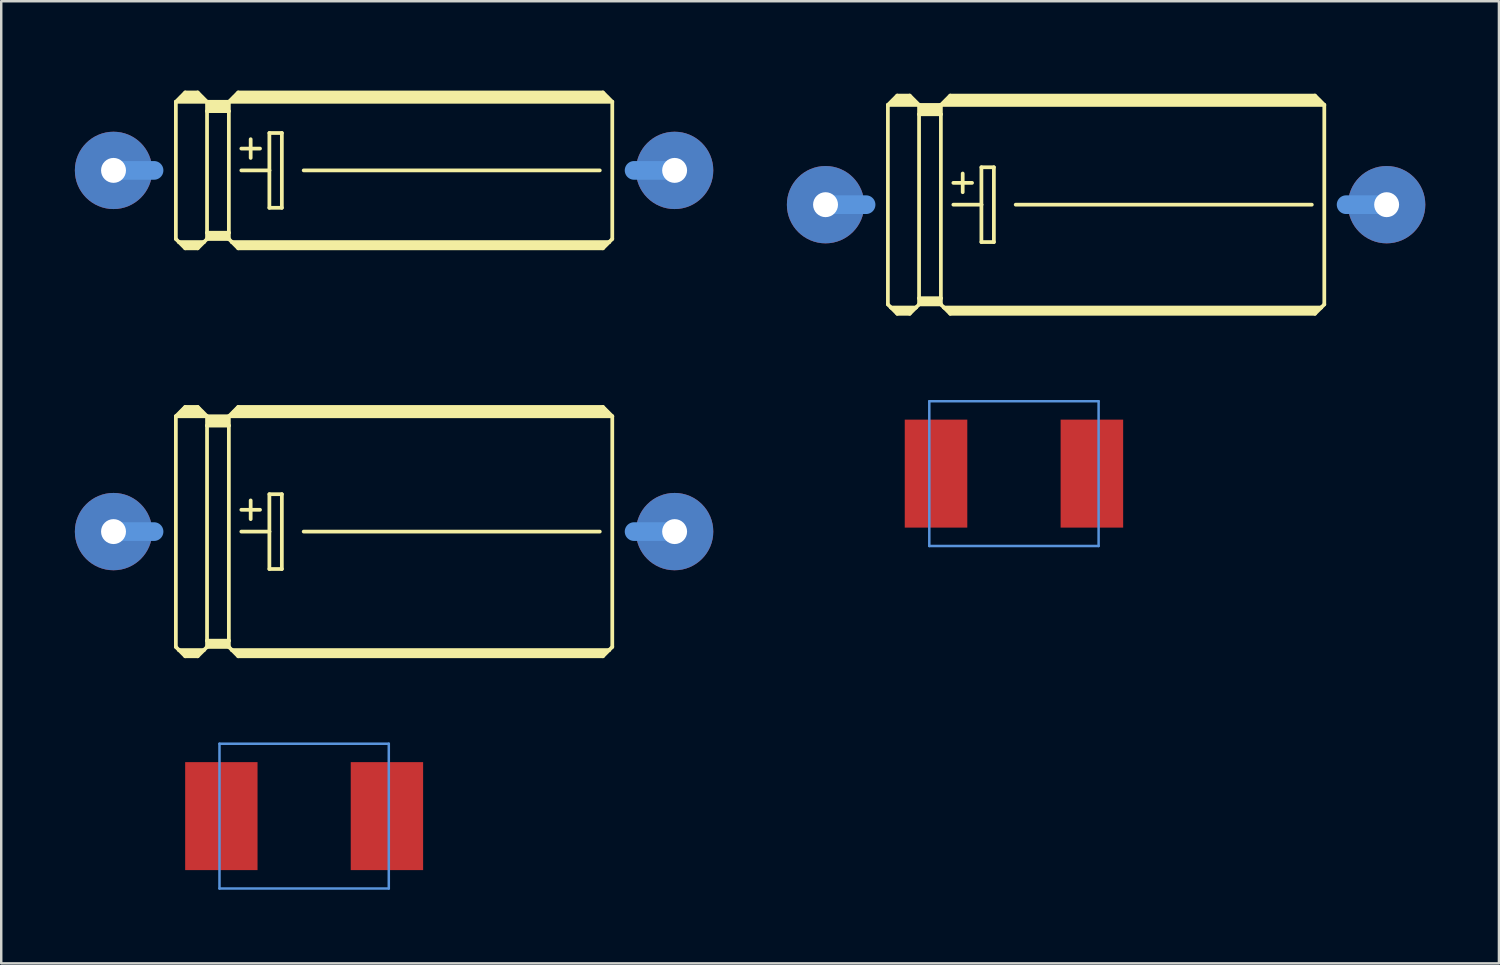
<source format=kicad_pcb>
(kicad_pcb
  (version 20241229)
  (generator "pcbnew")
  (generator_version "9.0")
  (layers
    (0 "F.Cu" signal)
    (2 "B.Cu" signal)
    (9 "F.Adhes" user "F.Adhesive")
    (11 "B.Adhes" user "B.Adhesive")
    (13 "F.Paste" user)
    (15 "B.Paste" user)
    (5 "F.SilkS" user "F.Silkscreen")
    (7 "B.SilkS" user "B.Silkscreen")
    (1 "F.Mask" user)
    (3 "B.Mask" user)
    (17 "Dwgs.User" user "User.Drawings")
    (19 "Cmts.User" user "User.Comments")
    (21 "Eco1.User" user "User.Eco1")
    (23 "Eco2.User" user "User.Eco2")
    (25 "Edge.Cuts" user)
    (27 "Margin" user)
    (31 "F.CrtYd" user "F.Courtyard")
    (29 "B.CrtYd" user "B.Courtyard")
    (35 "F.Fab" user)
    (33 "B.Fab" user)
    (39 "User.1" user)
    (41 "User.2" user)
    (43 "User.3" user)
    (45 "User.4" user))
  (footprint "E22-6"
    (layer "F.Cu")
    (at 13.005 3.892)
    (property "Reference" "E22-6" (at -4.953 -2.54 0) (layer "Eco1.User") (effects (font (size 1.778 1.778) (thickness 0.178))))
    (attr through_hole)
    (fp_line (start -8.89 -2.794) (end -8.89 2.794) (stroke (width 0.152) (type solid)) (layer "F.SilkS"))
    (fp_line (start -8.89 -2.794) (end -8.509 -3.175) (stroke (width 0.152) (type solid)) (layer "F.SilkS"))
    (fp_line (start -8.89 -2.794) (end -7.62 -2.794) (stroke (width 0.152) (type solid)) (layer "F.SilkS"))
    (fp_line (start -8.89 2.794) (end -8.763 2.921) (stroke (width 0.152) (type solid)) (layer "F.SilkS"))
    (fp_line (start -8.763 2.921) (end -8.509 3.175) (stroke (width 0.152) (type solid)) (layer "F.SilkS"))
    (fp_line (start -8.763 2.921) (end -7.747 2.921) (stroke (width 0.152) (type solid)) (layer "F.SilkS"))
    (fp_line (start -8.636 -2.921) (end -7.874 -2.921) (stroke (width 0.305) (type solid)) (layer "F.SilkS"))
    (fp_line (start -8.509 -3.175) (end -8.001 -3.175) (stroke (width 0.152) (type solid)) (layer "F.SilkS"))
    (fp_line (start -8.509 -3.048) (end -8.001 -3.048) (stroke (width 0.305) (type solid)) (layer "F.SilkS"))
    (fp_line (start -8.509 3.048) (end -8.001 3.048) (stroke (width 0.254) (type solid)) (layer "F.SilkS"))
    (fp_line (start -8.509 3.175) (end -8.001 3.175) (stroke (width 0.152) (type solid)) (layer "F.SilkS"))
    (fp_line (start -7.747 2.921) (end -8.001 3.175) (stroke (width 0.152) (type solid)) (layer "F.SilkS"))
    (fp_line (start -7.62 -2.794) (end -8.001 -3.175) (stroke (width 0.152) (type solid)) (layer "F.SilkS"))
    (fp_line (start -7.62 -2.794) (end -7.62 -2.413) (stroke (width 0.152) (type solid)) (layer "F.SilkS"))
    (fp_line (start -7.62 -2.794) (end -6.731 -2.794) (stroke (width 0.152) (type solid)) (layer "F.SilkS"))
    (fp_line (start -7.62 -2.413) (end -6.731 -2.413) (stroke (width 0.152) (type solid)) (layer "F.SilkS"))
    (fp_line (start -7.62 2.54) (end -7.62 -2.413) (stroke (width 0.152) (type solid)) (layer "F.SilkS"))
    (fp_line (start -7.62 2.54) (end -6.731 2.54) (stroke (width 0.152) (type solid)) (layer "F.SilkS"))
    (fp_line (start -7.62 2.794) (end -7.747 2.921) (stroke (width 0.152) (type solid)) (layer "F.SilkS"))
    (fp_line (start -7.62 2.794) (end -7.62 2.54) (stroke (width 0.152) (type solid)) (layer "F.SilkS"))
    (fp_line (start -7.62 2.794) (end -6.731 2.794) (stroke (width 0.152) (type solid)) (layer "F.SilkS"))
    (fp_line (start -7.493 -2.667) (end -6.858 -2.667) (stroke (width 0.305) (type solid)) (layer "F.SilkS"))
    (fp_line (start -7.493 -2.54) (end -6.858 -2.54) (stroke (width 0.305) (type solid)) (layer "F.SilkS"))
    (fp_line (start -7.493 2.667) (end -6.858 2.667) (stroke (width 0.254) (type solid)) (layer "F.SilkS"))
    (fp_line (start -6.731 -2.794) (end -6.731 -2.413) (stroke (width 0.152) (type solid)) (layer "F.SilkS"))
    (fp_line (start -6.731 -2.794) (end 8.89 -2.794) (stroke (width 0.152) (type solid)) (layer "F.SilkS"))
    (fp_line (start -6.731 -2.413) (end -6.731 2.54) (stroke (width 0.152) (type solid)) (layer "F.SilkS"))
    (fp_line (start -6.731 2.54) (end -6.731 2.794) (stroke (width 0.152) (type solid)) (layer "F.SilkS"))
    (fp_line (start -6.604 2.921) (end -6.731 2.794) (stroke (width 0.152) (type solid)) (layer "F.SilkS"))
    (fp_line (start -6.604 2.921) (end 8.763 2.921) (stroke (width 0.152) (type solid)) (layer "F.SilkS"))
    (fp_line (start -6.477 -2.921) (end 8.636 -2.921) (stroke (width 0.305) (type solid)) (layer "F.SilkS"))
    (fp_line (start -6.35 -3.175) (end -6.731 -2.794) (stroke (width 0.152) (type solid)) (layer "F.SilkS"))
    (fp_line (start -6.35 -3.175) (end 8.509 -3.175) (stroke (width 0.152) (type solid)) (layer "F.SilkS"))
    (fp_line (start -6.35 -3.048) (end 8.509 -3.048) (stroke (width 0.305) (type solid)) (layer "F.SilkS"))
    (fp_line (start -6.35 3.048) (end 8.509 3.048) (stroke (width 0.254) (type solid)) (layer "F.SilkS"))
    (fp_line (start -6.35 3.175) (end -6.604 2.921) (stroke (width 0.152) (type solid)) (layer "F.SilkS"))
    (fp_line (start -6.35 3.175) (end 8.509 3.175) (stroke (width 0.152) (type solid)) (layer "F.SilkS"))
    (fp_line (start -6.223 -0.889) (end -5.461 -0.889) (stroke (width 0.152) (type solid)) (layer "F.SilkS"))
    (fp_line (start -6.223 0) (end -5.08 0) (stroke (width 0.152) (type solid)) (layer "F.SilkS"))
    (fp_line (start -5.842 -1.27) (end -5.842 -0.508) (stroke (width 0.152) (type solid)) (layer "F.SilkS"))
    (fp_line (start -5.08 -1.524) (end -5.08 0) (stroke (width 0.152) (type solid)) (layer "F.SilkS"))
    (fp_line (start -5.08 0) (end -5.08 1.524) (stroke (width 0.152) (type solid)) (layer "F.SilkS"))
    (fp_line (start -5.08 1.524) (end -4.572 1.524) (stroke (width 0.152) (type solid)) (layer "F.SilkS"))
    (fp_line (start -4.572 -1.524) (end -5.08 -1.524) (stroke (width 0.152) (type solid)) (layer "F.SilkS"))
    (fp_line (start -4.572 1.524) (end -4.572 -1.524) (stroke (width 0.152) (type solid)) (layer "F.SilkS"))
    (fp_line (start -3.683 0) (end 8.382 0) (stroke (width 0.152) (type solid)) (layer "F.SilkS"))
    (fp_line (start 8.509 -3.175) (end 8.89 -2.794) (stroke (width 0.152) (type solid)) (layer "F.SilkS"))
    (fp_line (start 8.509 3.175) (end 8.763 2.921) (stroke (width 0.152) (type solid)) (layer "F.SilkS"))
    (fp_line (start 8.763 2.921) (end 8.89 2.794) (stroke (width 0.152) (type solid)) (layer "F.SilkS"))
    (fp_line (start 8.89 -2.794) (end 8.89 2.794) (stroke (width 0.152) (type solid)) (layer "F.SilkS"))
    (fp_line (start -11.43 0) (end -9.779 0) (stroke (width 0.762) (type solid)) (layer "Cmts.User"))
    (fp_line (start 11.43 0) (end 9.779 0) (stroke (width 0.762) (type solid)) (layer "Cmts.User"))
    (pad "+" thru_hole oval (at -11.43 0) (size 3.15 3.15) (drill 1.016) (layers "*.Cu" "*.Mask"))
    (pad "-" thru_hole oval (at 11.43 0) (size 3.15 3.15) (drill 1.016) (layers "*.Cu" "*.Mask")))
  (footprint "E%2f7260-38R"
    (layer "F.Cu")
    (at 38.26 16.246)
    (property "Reference" "E%2f7260-38R" (at -1.908 -2.515 0) (layer "Eco1.User") (effects (font (size 1.27 1.27) (thickness 0.102))))
    (attr through_hole)
    (fp_line (start -3.449 -2.949) (end 3.449 -2.949) (stroke (width 0.102) (type solid)) (layer "Cmts.User"))
    (fp_line (start -3.449 2.949) (end -3.449 -2.949) (stroke (width 0.102) (type solid)) (layer "Cmts.User"))
    (fp_line (start 3.449 -2.949) (end 3.449 2.949) (stroke (width 0.102) (type solid)) (layer "Cmts.User"))
    (fp_line (start 3.449 2.949) (end -3.449 2.949) (stroke (width 0.102) (type solid)) (layer "Cmts.User"))
    (pad "+" smd rect (at 3.175 0) (size 2.548 4.399) (layers "F.Cu" "F.Mask" "F.Paste"))
    (pad "-" smd rect (at -3.175 0) (size 2.548 4.399) (layers "F.Cu" "F.Mask" "F.Paste")))
  (footprint "E%2f7260-38W"
    (layer "F.Cu")
    (at 9.341 30.2)
    (property "Reference" "E%2f7260-38W" (at -1.908 -2.515 0) (layer "Eco1.User") (effects (font (size 1.27 1.27) (thickness 0.102))))
    (attr through_hole)
    (fp_line (start -3.449 -2.949) (end 3.449 -2.949) (stroke (width 0.102) (type solid)) (layer "Cmts.User"))
    (fp_line (start -3.449 2.949) (end -3.449 -2.949) (stroke (width 0.102) (type solid)) (layer "Cmts.User"))
    (fp_line (start 3.449 -2.949) (end 3.449 2.949) (stroke (width 0.102) (type solid)) (layer "Cmts.User"))
    (fp_line (start 3.449 2.949) (end -3.449 2.949) (stroke (width 0.102) (type solid)) (layer "Cmts.User"))
    (pad "+" smd rect (at 3.373 0) (size 2.949 4.399) (layers "F.Cu" "F.Mask" "F.Paste"))
    (pad "-" smd rect (at -3.373 0) (size 2.949 4.399) (layers "F.Cu" "F.Mask" "F.Paste")))
  (footprint "E22-9"
    (layer "F.Cu")
    (at 42.014 5.289)
    (property "Reference" "E22-9" (at -4.953 -3.937 0) (layer "Eco1.User") (effects (font (size 1.778 1.778) (thickness 0.178))))
    (attr through_hole)
    (fp_line (start -8.89 -4.064) (end -8.89 4.064) (stroke (width 0.152) (type solid)) (layer "F.SilkS"))
    (fp_line (start -8.89 -4.064) (end -8.509 -4.445) (stroke (width 0.152) (type solid)) (layer "F.SilkS"))
    (fp_line (start -8.89 -4.064) (end -7.62 -4.064) (stroke (width 0.152) (type solid)) (layer "F.SilkS"))
    (fp_line (start -8.89 4.064) (end -8.763 4.191) (stroke (width 0.152) (type solid)) (layer "F.SilkS"))
    (fp_line (start -8.763 4.191) (end -8.509 4.445) (stroke (width 0.152) (type solid)) (layer "F.SilkS"))
    (fp_line (start -8.763 4.191) (end -7.747 4.191) (stroke (width 0.152) (type solid)) (layer "F.SilkS"))
    (fp_line (start -8.636 -4.191) (end -7.874 -4.191) (stroke (width 0.305) (type solid)) (layer "F.SilkS"))
    (fp_line (start -8.509 -4.445) (end -8.001 -4.445) (stroke (width 0.152) (type solid)) (layer "F.SilkS"))
    (fp_line (start -8.509 -4.318) (end -8.001 -4.318) (stroke (width 0.305) (type solid)) (layer "F.SilkS"))
    (fp_line (start -8.509 4.318) (end -8.001 4.318) (stroke (width 0.254) (type solid)) (layer "F.SilkS"))
    (fp_line (start -8.509 4.445) (end -8.001 4.445) (stroke (width 0.152) (type solid)) (layer "F.SilkS"))
    (fp_line (start -7.747 4.191) (end -8.001 4.445) (stroke (width 0.152) (type solid)) (layer "F.SilkS"))
    (fp_line (start -7.62 -4.064) (end -8.001 -4.445) (stroke (width 0.152) (type solid)) (layer "F.SilkS"))
    (fp_line (start -7.62 -4.064) (end -7.62 -3.683) (stroke (width 0.152) (type solid)) (layer "F.SilkS"))
    (fp_line (start -7.62 -4.064) (end -6.731 -4.064) (stroke (width 0.152) (type solid)) (layer "F.SilkS"))
    (fp_line (start -7.62 -3.683) (end -6.731 -3.683) (stroke (width 0.152) (type solid)) (layer "F.SilkS"))
    (fp_line (start -7.62 3.81) (end -7.62 -3.683) (stroke (width 0.152) (type solid)) (layer "F.SilkS"))
    (fp_line (start -7.62 3.81) (end -6.731 3.81) (stroke (width 0.152) (type solid)) (layer "F.SilkS"))
    (fp_line (start -7.62 4.064) (end -7.747 4.191) (stroke (width 0.152) (type solid)) (layer "F.SilkS"))
    (fp_line (start -7.62 4.064) (end -7.62 3.81) (stroke (width 0.152) (type solid)) (layer "F.SilkS"))
    (fp_line (start -7.62 4.064) (end -6.731 4.064) (stroke (width 0.152) (type solid)) (layer "F.SilkS"))
    (fp_line (start -7.493 -3.937) (end -6.858 -3.937) (stroke (width 0.305) (type solid)) (layer "F.SilkS"))
    (fp_line (start -7.493 -3.81) (end -6.858 -3.81) (stroke (width 0.305) (type solid)) (layer "F.SilkS"))
    (fp_line (start -7.493 3.937) (end -6.858 3.937) (stroke (width 0.254) (type solid)) (layer "F.SilkS"))
    (fp_line (start -6.731 -4.064) (end -6.731 -3.683) (stroke (width 0.152) (type solid)) (layer "F.SilkS"))
    (fp_line (start -6.731 -4.064) (end 8.89 -4.064) (stroke (width 0.152) (type solid)) (layer "F.SilkS"))
    (fp_line (start -6.731 -3.683) (end -6.731 3.81) (stroke (width 0.152) (type solid)) (layer "F.SilkS"))
    (fp_line (start -6.731 3.81) (end -6.731 4.064) (stroke (width 0.152) (type solid)) (layer "F.SilkS"))
    (fp_line (start -6.604 4.191) (end -6.731 4.064) (stroke (width 0.152) (type solid)) (layer "F.SilkS"))
    (fp_line (start -6.604 4.191) (end 8.763 4.191) (stroke (width 0.152) (type solid)) (layer "F.SilkS"))
    (fp_line (start -6.477 -4.191) (end 8.636 -4.191) (stroke (width 0.305) (type solid)) (layer "F.SilkS"))
    (fp_line (start -6.35 -4.445) (end -6.731 -4.064) (stroke (width 0.152) (type solid)) (layer "F.SilkS"))
    (fp_line (start -6.35 -4.445) (end 8.509 -4.445) (stroke (width 0.152) (type solid)) (layer "F.SilkS"))
    (fp_line (start -6.35 -4.318) (end 8.509 -4.318) (stroke (width 0.305) (type solid)) (layer "F.SilkS"))
    (fp_line (start -6.35 4.318) (end 8.509 4.318) (stroke (width 0.254) (type solid)) (layer "F.SilkS"))
    (fp_line (start -6.35 4.445) (end -6.604 4.191) (stroke (width 0.152) (type solid)) (layer "F.SilkS"))
    (fp_line (start -6.35 4.445) (end 8.509 4.445) (stroke (width 0.152) (type solid)) (layer "F.SilkS"))
    (fp_line (start -6.223 -0.889) (end -5.461 -0.889) (stroke (width 0.152) (type solid)) (layer "F.SilkS"))
    (fp_line (start -6.223 0) (end -5.08 0) (stroke (width 0.152) (type solid)) (layer "F.SilkS"))
    (fp_line (start -5.842 -1.27) (end -5.842 -0.508) (stroke (width 0.152) (type solid)) (layer "F.SilkS"))
    (fp_line (start -5.08 -1.524) (end -5.08 0) (stroke (width 0.152) (type solid)) (layer "F.SilkS"))
    (fp_line (start -5.08 0) (end -5.08 1.524) (stroke (width 0.152) (type solid)) (layer "F.SilkS"))
    (fp_line (start -5.08 1.524) (end -4.572 1.524) (stroke (width 0.152) (type solid)) (layer "F.SilkS"))
    (fp_line (start -4.572 -1.524) (end -5.08 -1.524) (stroke (width 0.152) (type solid)) (layer "F.SilkS"))
    (fp_line (start -4.572 1.524) (end -4.572 -1.524) (stroke (width 0.152) (type solid)) (layer "F.SilkS"))
    (fp_line (start -3.683 0) (end 8.382 0) (stroke (width 0.152) (type solid)) (layer "F.SilkS"))
    (fp_line (start 8.509 -4.445) (end 8.89 -4.064) (stroke (width 0.152) (type solid)) (layer "F.SilkS"))
    (fp_line (start 8.509 4.445) (end 8.763 4.191) (stroke (width 0.152) (type solid)) (layer "F.SilkS"))
    (fp_line (start 8.763 4.191) (end 8.89 4.064) (stroke (width 0.152) (type solid)) (layer "F.SilkS"))
    (fp_line (start 8.89 -4.064) (end 8.89 4.064) (stroke (width 0.152) (type solid)) (layer "F.SilkS"))
    (fp_line (start -11.43 0) (end -9.779 0) (stroke (width 0.762) (type solid)) (layer "Cmts.User"))
    (fp_line (start 11.43 0) (end 9.779 0) (stroke (width 0.762) (type solid)) (layer "Cmts.User"))
    (pad "+" thru_hole oval (at -11.43 0) (size 3.15 3.15) (drill 1.016) (layers "*.Cu" "*.Mask"))
    (pad "-" thru_hole oval (at 11.43 0) (size 3.15 3.15) (drill 1.016) (layers "*.Cu" "*.Mask")))
  (footprint "E22-10"
    (layer "F.Cu")
    (at 13.005 18.608)
    (property "Reference" "E22-10" (at -4.953 -4.445 0) (layer "Eco1.User") (effects (font (size 1.778 1.778) (thickness 0.178))))
    (attr through_hole)
    (fp_line (start -8.89 -4.699) (end -8.89 4.699) (stroke (width 0.152) (type solid)) (layer "F.SilkS"))
    (fp_line (start -8.89 -4.699) (end -8.509 -5.08) (stroke (width 0.152) (type solid)) (layer "F.SilkS"))
    (fp_line (start -8.89 -4.699) (end -7.62 -4.699) (stroke (width 0.152) (type solid)) (layer "F.SilkS"))
    (fp_line (start -8.89 4.699) (end -8.763 4.826) (stroke (width 0.152) (type solid)) (layer "F.SilkS"))
    (fp_line (start -8.763 4.826) (end -8.509 5.08) (stroke (width 0.152) (type solid)) (layer "F.SilkS"))
    (fp_line (start -8.763 4.826) (end -7.747 4.826) (stroke (width 0.152) (type solid)) (layer "F.SilkS"))
    (fp_line (start -8.636 -4.826) (end -7.874 -4.826) (stroke (width 0.305) (type solid)) (layer "F.SilkS"))
    (fp_line (start -8.509 -5.08) (end -8.001 -5.08) (stroke (width 0.152) (type solid)) (layer "F.SilkS"))
    (fp_line (start -8.509 -4.953) (end -8.001 -4.953) (stroke (width 0.305) (type solid)) (layer "F.SilkS"))
    (fp_line (start -8.509 4.953) (end -8.001 4.953) (stroke (width 0.254) (type solid)) (layer "F.SilkS"))
    (fp_line (start -8.509 5.08) (end -8.001 5.08) (stroke (width 0.152) (type solid)) (layer "F.SilkS"))
    (fp_line (start -7.747 4.826) (end -8.001 5.08) (stroke (width 0.152) (type solid)) (layer "F.SilkS"))
    (fp_line (start -7.62 -4.699) (end -8.001 -5.08) (stroke (width 0.152) (type solid)) (layer "F.SilkS"))
    (fp_line (start -7.62 -4.699) (end -7.62 -4.318) (stroke (width 0.152) (type solid)) (layer "F.SilkS"))
    (fp_line (start -7.62 -4.699) (end -6.731 -4.699) (stroke (width 0.152) (type solid)) (layer "F.SilkS"))
    (fp_line (start -7.62 -4.318) (end -6.731 -4.318) (stroke (width 0.152) (type solid)) (layer "F.SilkS"))
    (fp_line (start -7.62 4.445) (end -7.62 -4.318) (stroke (width 0.152) (type solid)) (layer "F.SilkS"))
    (fp_line (start -7.62 4.445) (end -6.731 4.445) (stroke (width 0.152) (type solid)) (layer "F.SilkS"))
    (fp_line (start -7.62 4.699) (end -7.747 4.826) (stroke (width 0.152) (type solid)) (layer "F.SilkS"))
    (fp_line (start -7.62 4.699) (end -7.62 4.445) (stroke (width 0.152) (type solid)) (layer "F.SilkS"))
    (fp_line (start -7.62 4.699) (end -6.731 4.699) (stroke (width 0.152) (type solid)) (layer "F.SilkS"))
    (fp_line (start -7.493 -4.572) (end -6.858 -4.572) (stroke (width 0.305) (type solid)) (layer "F.SilkS"))
    (fp_line (start -7.493 -4.445) (end -6.858 -4.445) (stroke (width 0.305) (type solid)) (layer "F.SilkS"))
    (fp_line (start -7.493 4.572) (end -6.858 4.572) (stroke (width 0.254) (type solid)) (layer "F.SilkS"))
    (fp_line (start -6.731 -4.699) (end -6.731 -4.318) (stroke (width 0.152) (type solid)) (layer "F.SilkS"))
    (fp_line (start -6.731 -4.699) (end 8.89 -4.699) (stroke (width 0.152) (type solid)) (layer "F.SilkS"))
    (fp_line (start -6.731 -4.318) (end -6.731 4.445) (stroke (width 0.152) (type solid)) (layer "F.SilkS"))
    (fp_line (start -6.731 4.445) (end -6.731 4.699) (stroke (width 0.152) (type solid)) (layer "F.SilkS"))
    (fp_line (start -6.604 4.826) (end -6.731 4.699) (stroke (width 0.152) (type solid)) (layer "F.SilkS"))
    (fp_line (start -6.604 4.826) (end 8.763 4.826) (stroke (width 0.152) (type solid)) (layer "F.SilkS"))
    (fp_line (start -6.477 -4.826) (end 8.636 -4.826) (stroke (width 0.305) (type solid)) (layer "F.SilkS"))
    (fp_line (start -6.35 -5.08) (end -6.731 -4.699) (stroke (width 0.152) (type solid)) (layer "F.SilkS"))
    (fp_line (start -6.35 -5.08) (end 8.509 -5.08) (stroke (width 0.152) (type solid)) (layer "F.SilkS"))
    (fp_line (start -6.35 -4.953) (end 8.509 -4.953) (stroke (width 0.305) (type solid)) (layer "F.SilkS"))
    (fp_line (start -6.35 4.953) (end 8.509 4.953) (stroke (width 0.254) (type solid)) (layer "F.SilkS"))
    (fp_line (start -6.35 5.08) (end -6.604 4.826) (stroke (width 0.152) (type solid)) (layer "F.SilkS"))
    (fp_line (start -6.35 5.08) (end 8.509 5.08) (stroke (width 0.152) (type solid)) (layer "F.SilkS"))
    (fp_line (start -6.223 -0.889) (end -5.461 -0.889) (stroke (width 0.152) (type solid)) (layer "F.SilkS"))
    (fp_line (start -6.223 0) (end -5.08 0) (stroke (width 0.152) (type solid)) (layer "F.SilkS"))
    (fp_line (start -5.842 -1.27) (end -5.842 -0.508) (stroke (width 0.152) (type solid)) (layer "F.SilkS"))
    (fp_line (start -5.08 -1.524) (end -5.08 0) (stroke (width 0.152) (type solid)) (layer "F.SilkS"))
    (fp_line (start -5.08 0) (end -5.08 1.524) (stroke (width 0.152) (type solid)) (layer "F.SilkS"))
    (fp_line (start -5.08 1.524) (end -4.572 1.524) (stroke (width 0.152) (type solid)) (layer "F.SilkS"))
    (fp_line (start -4.572 -1.524) (end -5.08 -1.524) (stroke (width 0.152) (type solid)) (layer "F.SilkS"))
    (fp_line (start -4.572 1.524) (end -4.572 -1.524) (stroke (width 0.152) (type solid)) (layer "F.SilkS"))
    (fp_line (start -3.683 0) (end 8.382 0) (stroke (width 0.152) (type solid)) (layer "F.SilkS"))
    (fp_line (start 8.509 -5.08) (end 8.89 -4.699) (stroke (width 0.152) (type solid)) (layer "F.SilkS"))
    (fp_line (start 8.509 5.08) (end 8.763 4.826) (stroke (width 0.152) (type solid)) (layer "F.SilkS"))
    (fp_line (start 8.763 4.826) (end 8.89 4.699) (stroke (width 0.152) (type solid)) (layer "F.SilkS"))
    (fp_line (start 8.89 -4.699) (end 8.89 4.699) (stroke (width 0.152) (type solid)) (layer "F.SilkS"))
    (fp_line (start -11.43 0) (end -9.779 0) (stroke (width 0.762) (type solid)) (layer "Cmts.User"))
    (fp_line (start 11.43 0) (end 9.779 0) (stroke (width 0.762) (type solid)) (layer "Cmts.User"))
    (pad "+" thru_hole oval (at -11.43 0) (size 3.15 3.15) (drill 1.016) (layers "*.Cu" "*.Mask"))
    (pad "-" thru_hole oval (at 11.43 0) (size 3.15 3.15) (drill 1.016) (layers "*.Cu" "*.Mask")))
  (gr_rect
    (start -3 -3)
    (end 58.019 36.199)
    (stroke (width 0.1) (type default))
    (fill no)
    (layer "Edge.Cuts")))
</source>
